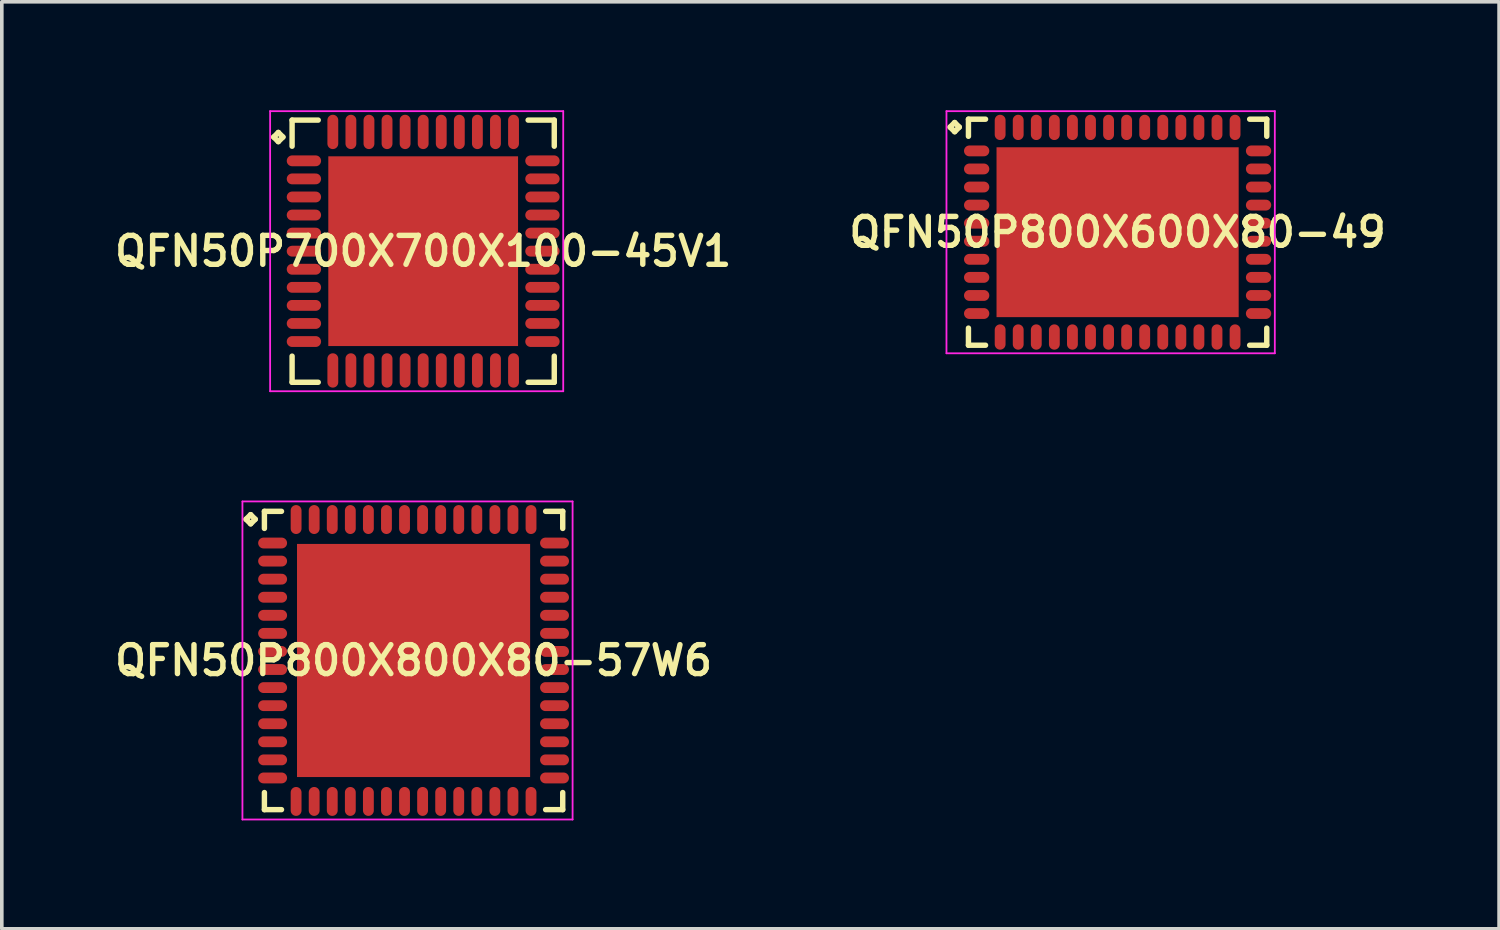
<source format=kicad_pcb>
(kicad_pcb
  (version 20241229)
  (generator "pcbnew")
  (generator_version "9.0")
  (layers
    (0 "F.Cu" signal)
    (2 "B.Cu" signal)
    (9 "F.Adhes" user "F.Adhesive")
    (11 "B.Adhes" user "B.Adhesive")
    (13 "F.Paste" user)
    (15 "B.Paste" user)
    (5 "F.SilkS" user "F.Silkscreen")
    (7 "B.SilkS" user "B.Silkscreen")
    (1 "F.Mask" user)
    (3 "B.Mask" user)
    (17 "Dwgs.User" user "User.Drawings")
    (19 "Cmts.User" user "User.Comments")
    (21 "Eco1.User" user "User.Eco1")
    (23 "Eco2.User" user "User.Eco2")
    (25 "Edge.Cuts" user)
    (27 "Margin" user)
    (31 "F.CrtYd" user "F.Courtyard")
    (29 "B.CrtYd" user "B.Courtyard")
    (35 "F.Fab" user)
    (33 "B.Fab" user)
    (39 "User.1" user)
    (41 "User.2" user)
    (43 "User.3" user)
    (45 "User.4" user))
  (footprint "QFN50P800X600X80-49"
    (layer "F.Cu")
    (at 27.873 3.375)
    (property "Reference" "QFN50P800X600X80-49" (at 0 0 0) (layer "F.SilkS") (effects (font (size 0.8 0.8) (thickness 0.15))))
    (attr smd)
    (fp_line (start -4.635 -2.908) (end -4.508 -3.035) (stroke (width 0.15) (type solid)) (layer "F.SilkS"))
    (fp_line (start -4.508 -3.035) (end -4.381 -2.908) (stroke (width 0.15) (type solid)) (layer "F.SilkS"))
    (fp_line (start -4.508 -2.781) (end -4.635 -2.908) (stroke (width 0.15) (type solid)) (layer "F.SilkS"))
    (fp_line (start -4.381 -2.908) (end -4.508 -2.781) (stroke (width 0.15) (type solid)) (layer "F.SilkS"))
    (fp_line (start -4.127 -3.127) (end -3.654 -3.127) (stroke (width 0.15) (type solid)) (layer "F.SilkS"))
    (fp_line (start -4.127 -2.654) (end -4.127 -3.127) (stroke (width 0.15) (type solid)) (layer "F.SilkS"))
    (fp_line (start -4.127 2.654) (end -4.127 3.127) (stroke (width 0.15) (type solid)) (layer "F.SilkS"))
    (fp_line (start -4.127 3.127) (end -3.654 3.127) (stroke (width 0.15) (type solid)) (layer "F.SilkS"))
    (fp_line (start 3.654 -3.127) (end 4.127 -3.127) (stroke (width 0.15) (type solid)) (layer "F.SilkS"))
    (fp_line (start 3.654 3.127) (end 4.127 3.127) (stroke (width 0.15) (type solid)) (layer "F.SilkS"))
    (fp_line (start 4.127 -3.127) (end 4.127 -2.654) (stroke (width 0.15) (type solid)) (layer "F.SilkS"))
    (fp_line (start 4.127 3.127) (end 4.127 2.654) (stroke (width 0.15) (type solid)) (layer "F.SilkS"))
    (fp_line (start -4.735 -3.35) (end 4.35 -3.35) (stroke (width 0.05) (type solid)) (layer "F.CrtYd"))
    (fp_line (start -4.735 3.35) (end -4.735 -3.35) (stroke (width 0.05) (type solid)) (layer "F.CrtYd"))
    (fp_line (start 4.35 -3.35) (end 4.35 3.35) (stroke (width 0.05) (type solid)) (layer "F.CrtYd"))
    (fp_line (start 4.35 3.35) (end -4.735 3.35) (stroke (width 0.05) (type solid)) (layer "F.CrtYd"))
    (pad "1" smd oval (at -3.9 -2.25) (size 0.7 0.3) (layers "F.Cu" "F.Mask" "F.Paste"))
    (pad "2" smd oval (at -3.9 -1.75) (size 0.7 0.3) (layers "F.Cu" "F.Mask" "F.Paste"))
    (pad "3" smd oval (at -3.9 -1.25) (size 0.7 0.3) (layers "F.Cu" "F.Mask" "F.Paste"))
    (pad "4" smd oval (at -3.9 -0.75) (size 0.7 0.3) (layers "F.Cu" "F.Mask" "F.Paste"))
    (pad "5" smd oval (at -3.9 -0.25) (size 0.7 0.3) (layers "F.Cu" "F.Mask" "F.Paste"))
    (pad "6" smd oval (at -3.9 0.25) (size 0.7 0.3) (layers "F.Cu" "F.Mask" "F.Paste"))
    (pad "7" smd oval (at -3.9 0.75) (size 0.7 0.3) (layers "F.Cu" "F.Mask" "F.Paste"))
    (pad "8" smd oval (at -3.9 1.25) (size 0.7 0.3) (layers "F.Cu" "F.Mask" "F.Paste"))
    (pad "9" smd oval (at -3.9 1.75) (size 0.7 0.3) (layers "F.Cu" "F.Mask" "F.Paste"))
    (pad "10" smd oval (at -3.9 2.25) (size 0.7 0.3) (layers "F.Cu" "F.Mask" "F.Paste"))
    (pad "11" smd oval (at -3.25 2.9) (size 0.3 0.7) (layers "F.Cu" "F.Mask" "F.Paste"))
    (pad "12" smd oval (at -2.75 2.9) (size 0.3 0.7) (layers "F.Cu" "F.Mask" "F.Paste"))
    (pad "13" smd oval (at -2.25 2.9) (size 0.3 0.7) (layers "F.Cu" "F.Mask" "F.Paste"))
    (pad "14" smd oval (at -1.75 2.9) (size 0.3 0.7) (layers "F.Cu" "F.Mask" "F.Paste"))
    (pad "15" smd oval (at -1.25 2.9) (size 0.3 0.7) (layers "F.Cu" "F.Mask" "F.Paste"))
    (pad "16" smd oval (at -0.75 2.9) (size 0.3 0.7) (layers "F.Cu" "F.Mask" "F.Paste"))
    (pad "17" smd oval (at -0.25 2.9) (size 0.3 0.7) (layers "F.Cu" "F.Mask" "F.Paste"))
    (pad "18" smd oval (at 0.25 2.9) (size 0.3 0.7) (layers "F.Cu" "F.Mask" "F.Paste"))
    (pad "19" smd oval (at 0.75 2.9) (size 0.3 0.7) (layers "F.Cu" "F.Mask" "F.Paste"))
    (pad "20" smd oval (at 1.25 2.9) (size 0.3 0.7) (layers "F.Cu" "F.Mask" "F.Paste"))
    (pad "21" smd oval (at 1.75 2.9) (size 0.3 0.7) (layers "F.Cu" "F.Mask" "F.Paste"))
    (pad "22" smd oval (at 2.25 2.9) (size 0.3 0.7) (layers "F.Cu" "F.Mask" "F.Paste"))
    (pad "23" smd oval (at 2.75 2.9) (size 0.3 0.7) (layers "F.Cu" "F.Mask" "F.Paste"))
    (pad "24" smd oval (at 3.25 2.9) (size 0.3 0.7) (layers "F.Cu" "F.Mask" "F.Paste"))
    (pad "25" smd oval (at 3.9 2.25) (size 0.7 0.3) (layers "F.Cu" "F.Mask" "F.Paste"))
    (pad "26" smd oval (at 3.9 1.75) (size 0.7 0.3) (layers "F.Cu" "F.Mask" "F.Paste"))
    (pad "27" smd oval (at 3.9 1.25) (size 0.7 0.3) (layers "F.Cu" "F.Mask" "F.Paste"))
    (pad "28" smd oval (at 3.9 0.75) (size 0.7 0.3) (layers "F.Cu" "F.Mask" "F.Paste"))
    (pad "29" smd oval (at 3.9 0.25) (size 0.7 0.3) (layers "F.Cu" "F.Mask" "F.Paste"))
    (pad "30" smd oval (at 3.9 -0.25) (size 0.7 0.3) (layers "F.Cu" "F.Mask" "F.Paste"))
    (pad "31" smd oval (at 3.9 -0.75) (size 0.7 0.3) (layers "F.Cu" "F.Mask" "F.Paste"))
    (pad "32" smd oval (at 3.9 -1.25) (size 0.7 0.3) (layers "F.Cu" "F.Mask" "F.Paste"))
    (pad "33" smd oval (at 3.9 -1.75) (size 0.7 0.3) (layers "F.Cu" "F.Mask" "F.Paste"))
    (pad "34" smd oval (at 3.9 -2.25) (size 0.7 0.3) (layers "F.Cu" "F.Mask" "F.Paste"))
    (pad "35" smd oval (at 3.25 -2.9) (size 0.3 0.7) (layers "F.Cu" "F.Mask" "F.Paste"))
    (pad "36" smd oval (at 2.75 -2.9) (size 0.3 0.7) (layers "F.Cu" "F.Mask" "F.Paste"))
    (pad "37" smd oval (at 2.25 -2.9) (size 0.3 0.7) (layers "F.Cu" "F.Mask" "F.Paste"))
    (pad "38" smd oval (at 1.75 -2.9) (size 0.3 0.7) (layers "F.Cu" "F.Mask" "F.Paste"))
    (pad "39" smd oval (at 1.25 -2.9) (size 0.3 0.7) (layers "F.Cu" "F.Mask" "F.Paste"))
    (pad "40" smd oval (at 0.75 -2.9) (size 0.3 0.7) (layers "F.Cu" "F.Mask" "F.Paste"))
    (pad "41" smd oval (at 0.25 -2.9) (size 0.3 0.7) (layers "F.Cu" "F.Mask" "F.Paste"))
    (pad "42" smd oval (at -0.25 -2.9) (size 0.3 0.7) (layers "F.Cu" "F.Mask" "F.Paste"))
    (pad "43" smd oval (at -0.75 -2.9) (size 0.3 0.7) (layers "F.Cu" "F.Mask" "F.Paste"))
    (pad "44" smd oval (at -1.25 -2.9) (size 0.3 0.7) (layers "F.Cu" "F.Mask" "F.Paste"))
    (pad "45" smd oval (at -1.75 -2.9) (size 0.3 0.7) (layers "F.Cu" "F.Mask" "F.Paste"))
    (pad "46" smd oval (at -2.25 -2.9) (size 0.3 0.7) (layers "F.Cu" "F.Mask" "F.Paste"))
    (pad "47" smd oval (at -2.75 -2.9) (size 0.3 0.7) (layers "F.Cu" "F.Mask" "F.Paste"))
    (pad "48" smd oval (at -3.25 -2.9) (size 0.3 0.7) (layers "F.Cu" "F.Mask" "F.Paste"))
    (pad "49" smd rect (at 0 0) (size 6.7 4.7) (layers "F.Cu" "F.Mask" "F.Paste")))
  (footprint "QFN50P700X700X100-45V1"
    (layer "F.Cu")
    (at 8.659 3.9)
    (property "Reference" "QFN50P700X700X100-45V1" (at 0 0 0) (layer "F.SilkS") (effects (font (size 0.8 0.8) (thickness 0.15))))
    (attr smd)
    (fp_line (start -4.135 -3.158) (end -4.008 -3.285) (stroke (width 0.15) (type solid)) (layer "F.SilkS"))
    (fp_line (start -4.008 -3.285) (end -3.881 -3.158) (stroke (width 0.15) (type solid)) (layer "F.SilkS"))
    (fp_line (start -4.008 -3.031) (end -4.135 -3.158) (stroke (width 0.15) (type solid)) (layer "F.SilkS"))
    (fp_line (start -3.881 -3.158) (end -4.008 -3.031) (stroke (width 0.15) (type solid)) (layer "F.SilkS"))
    (fp_line (start -3.627 -3.627) (end -2.904 -3.627) (stroke (width 0.15) (type solid)) (layer "F.SilkS"))
    (fp_line (start -3.627 -2.904) (end -3.627 -3.627) (stroke (width 0.15) (type solid)) (layer "F.SilkS"))
    (fp_line (start -3.627 2.904) (end -3.627 3.627) (stroke (width 0.15) (type solid)) (layer "F.SilkS"))
    (fp_line (start -3.627 3.627) (end -2.904 3.627) (stroke (width 0.15) (type solid)) (layer "F.SilkS"))
    (fp_line (start 2.904 -3.627) (end 3.627 -3.627) (stroke (width 0.15) (type solid)) (layer "F.SilkS"))
    (fp_line (start 2.904 3.627) (end 3.627 3.627) (stroke (width 0.15) (type solid)) (layer "F.SilkS"))
    (fp_line (start 3.627 -3.627) (end 3.627 -2.904) (stroke (width 0.15) (type solid)) (layer "F.SilkS"))
    (fp_line (start 3.627 3.627) (end 3.627 2.904) (stroke (width 0.15) (type solid)) (layer "F.SilkS"))
    (fp_line (start -4.235 -3.875) (end 3.875 -3.875) (stroke (width 0.05) (type solid)) (layer "F.CrtYd"))
    (fp_line (start -4.235 3.875) (end -4.235 -3.875) (stroke (width 0.05) (type solid)) (layer "F.CrtYd"))
    (fp_line (start 3.875 -3.875) (end 3.875 3.875) (stroke (width 0.05) (type solid)) (layer "F.CrtYd"))
    (fp_line (start 3.875 3.875) (end -4.235 3.875) (stroke (width 0.05) (type solid)) (layer "F.CrtYd"))
    (pad "1" smd oval (at -3.3 -2.5) (size 0.95 0.3) (layers "F.Cu" "F.Mask" "F.Paste"))
    (pad "2" smd oval (at -3.3 -2) (size 0.95 0.3) (layers "F.Cu" "F.Mask" "F.Paste"))
    (pad "3" smd oval (at -3.3 -1.5) (size 0.95 0.3) (layers "F.Cu" "F.Mask" "F.Paste"))
    (pad "4" smd oval (at -3.3 -1) (size 0.95 0.3) (layers "F.Cu" "F.Mask" "F.Paste"))
    (pad "5" smd oval (at -3.3 -0.5) (size 0.95 0.3) (layers "F.Cu" "F.Mask" "F.Paste"))
    (pad "6" smd oval (at -3.3 0) (size 0.95 0.3) (layers "F.Cu" "F.Mask" "F.Paste"))
    (pad "7" smd oval (at -3.3 0.5) (size 0.95 0.3) (layers "F.Cu" "F.Mask" "F.Paste"))
    (pad "8" smd oval (at -3.3 1) (size 0.95 0.3) (layers "F.Cu" "F.Mask" "F.Paste"))
    (pad "9" smd oval (at -3.3 1.5) (size 0.95 0.3) (layers "F.Cu" "F.Mask" "F.Paste"))
    (pad "10" smd oval (at -3.3 2) (size 0.95 0.3) (layers "F.Cu" "F.Mask" "F.Paste"))
    (pad "11" smd oval (at -3.3 2.5) (size 0.95 0.3) (layers "F.Cu" "F.Mask" "F.Paste"))
    (pad "12" smd oval (at -2.5 3.3) (size 0.3 0.95) (layers "F.Cu" "F.Mask" "F.Paste"))
    (pad "13" smd oval (at -2 3.3) (size 0.3 0.95) (layers "F.Cu" "F.Mask" "F.Paste"))
    (pad "14" smd oval (at -1.5 3.3) (size 0.3 0.95) (layers "F.Cu" "F.Mask" "F.Paste"))
    (pad "15" smd oval (at -1 3.3) (size 0.3 0.95) (layers "F.Cu" "F.Mask" "F.Paste"))
    (pad "16" smd oval (at -0.5 3.3) (size 0.3 0.95) (layers "F.Cu" "F.Mask" "F.Paste"))
    (pad "17" smd oval (at 0 3.3) (size 0.3 0.95) (layers "F.Cu" "F.Mask" "F.Paste"))
    (pad "18" smd oval (at 0.5 3.3) (size 0.3 0.95) (layers "F.Cu" "F.Mask" "F.Paste"))
    (pad "19" smd oval (at 1 3.3) (size 0.3 0.95) (layers "F.Cu" "F.Mask" "F.Paste"))
    (pad "20" smd oval (at 1.5 3.3) (size 0.3 0.95) (layers "F.Cu" "F.Mask" "F.Paste"))
    (pad "21" smd oval (at 2 3.3) (size 0.3 0.95) (layers "F.Cu" "F.Mask" "F.Paste"))
    (pad "22" smd oval (at 2.5 3.3) (size 0.3 0.95) (layers "F.Cu" "F.Mask" "F.Paste"))
    (pad "23" smd oval (at 3.3 2.5) (size 0.95 0.3) (layers "F.Cu" "F.Mask" "F.Paste"))
    (pad "24" smd oval (at 3.3 2) (size 0.95 0.3) (layers "F.Cu" "F.Mask" "F.Paste"))
    (pad "25" smd oval (at 3.3 1.5) (size 0.95 0.3) (layers "F.Cu" "F.Mask" "F.Paste"))
    (pad "26" smd oval (at 3.3 1) (size 0.95 0.3) (layers "F.Cu" "F.Mask" "F.Paste"))
    (pad "27" smd oval (at 3.3 0.5) (size 0.95 0.3) (layers "F.Cu" "F.Mask" "F.Paste"))
    (pad "28" smd oval (at 3.3 0) (size 0.95 0.3) (layers "F.Cu" "F.Mask" "F.Paste"))
    (pad "29" smd oval (at 3.3 -0.5) (size 0.95 0.3) (layers "F.Cu" "F.Mask" "F.Paste"))
    (pad "30" smd oval (at 3.3 -1) (size 0.95 0.3) (layers "F.Cu" "F.Mask" "F.Paste"))
    (pad "31" smd oval (at 3.3 -1.5) (size 0.95 0.3) (layers "F.Cu" "F.Mask" "F.Paste"))
    (pad "32" smd oval (at 3.3 -2) (size 0.95 0.3) (layers "F.Cu" "F.Mask" "F.Paste"))
    (pad "33" smd oval (at 3.3 -2.5) (size 0.95 0.3) (layers "F.Cu" "F.Mask" "F.Paste"))
    (pad "34" smd oval (at 2.5 -3.3) (size 0.3 0.95) (layers "F.Cu" "F.Mask" "F.Paste"))
    (pad "35" smd oval (at 2 -3.3) (size 0.3 0.95) (layers "F.Cu" "F.Mask" "F.Paste"))
    (pad "36" smd oval (at 1.5 -3.3) (size 0.3 0.95) (layers "F.Cu" "F.Mask" "F.Paste"))
    (pad "37" smd oval (at 1 -3.3) (size 0.3 0.95) (layers "F.Cu" "F.Mask" "F.Paste"))
    (pad "38" smd oval (at 0.5 -3.3) (size 0.3 0.95) (layers "F.Cu" "F.Mask" "F.Paste"))
    (pad "39" smd oval (at 0 -3.3) (size 0.3 0.95) (layers "F.Cu" "F.Mask" "F.Paste"))
    (pad "40" smd oval (at -0.5 -3.3) (size 0.3 0.95) (layers "F.Cu" "F.Mask" "F.Paste"))
    (pad "41" smd oval (at -1 -3.3) (size 0.3 0.95) (layers "F.Cu" "F.Mask" "F.Paste"))
    (pad "42" smd oval (at -1.5 -3.3) (size 0.3 0.95) (layers "F.Cu" "F.Mask" "F.Paste"))
    (pad "43" smd oval (at -2 -3.3) (size 0.3 0.95) (layers "F.Cu" "F.Mask" "F.Paste"))
    (pad "44" smd oval (at -2.5 -3.3) (size 0.3 0.95) (layers "F.Cu" "F.Mask" "F.Paste"))
    (pad "45" smd rect (at 0 0) (size 5.25 5.25) (layers "F.Cu" "F.Mask" "F.Paste")))
  (footprint "QFN50P800X800X80-57W6"
    (layer "F.Cu")
    (at 8.393 15.225)
    (property "Reference" "QFN50P800X800X80-57W6" (at 0 0 0) (layer "F.SilkS") (effects (font (size 0.8 0.8) (thickness 0.15))))
    (attr smd)
    (fp_line (start -4.635 -3.908) (end -4.508 -4.035) (stroke (width 0.15) (type solid)) (layer "F.SilkS"))
    (fp_line (start -4.508 -4.035) (end -4.381 -3.908) (stroke (width 0.15) (type solid)) (layer "F.SilkS"))
    (fp_line (start -4.508 -3.781) (end -4.635 -3.908) (stroke (width 0.15) (type solid)) (layer "F.SilkS"))
    (fp_line (start -4.381 -3.908) (end -4.508 -3.781) (stroke (width 0.15) (type solid)) (layer "F.SilkS"))
    (fp_line (start -4.127 -4.127) (end -3.654 -4.127) (stroke (width 0.15) (type solid)) (layer "F.SilkS"))
    (fp_line (start -4.127 -3.654) (end -4.127 -4.127) (stroke (width 0.15) (type solid)) (layer "F.SilkS"))
    (fp_line (start -4.127 3.654) (end -4.127 4.127) (stroke (width 0.15) (type solid)) (layer "F.SilkS"))
    (fp_line (start -4.127 4.127) (end -3.654 4.127) (stroke (width 0.15) (type solid)) (layer "F.SilkS"))
    (fp_line (start 3.654 -4.127) (end 4.127 -4.127) (stroke (width 0.15) (type solid)) (layer "F.SilkS"))
    (fp_line (start 3.654 4.127) (end 4.127 4.127) (stroke (width 0.15) (type solid)) (layer "F.SilkS"))
    (fp_line (start 4.127 -4.127) (end 4.127 -3.654) (stroke (width 0.15) (type solid)) (layer "F.SilkS"))
    (fp_line (start 4.127 4.127) (end 4.127 3.654) (stroke (width 0.15) (type solid)) (layer "F.SilkS"))
    (fp_line (start -4.735 -4.4) (end 4.4 -4.4) (stroke (width 0.05) (type solid)) (layer "F.CrtYd"))
    (fp_line (start -4.735 4.4) (end -4.735 -4.4) (stroke (width 0.05) (type solid)) (layer "F.CrtYd"))
    (fp_line (start 4.4 -4.4) (end 4.4 4.4) (stroke (width 0.05) (type solid)) (layer "F.CrtYd"))
    (fp_line (start 4.4 4.4) (end -4.735 4.4) (stroke (width 0.05) (type solid)) (layer "F.CrtYd"))
    (pad "1" smd oval (at -3.9 -3.25) (size 0.8 0.3) (layers "F.Cu" "F.Mask" "F.Paste"))
    (pad "2" smd oval (at -3.9 -2.75) (size 0.8 0.3) (layers "F.Cu" "F.Mask" "F.Paste"))
    (pad "3" smd oval (at -3.9 -2.25) (size 0.8 0.3) (layers "F.Cu" "F.Mask" "F.Paste"))
    (pad "4" smd oval (at -3.9 -1.75) (size 0.8 0.3) (layers "F.Cu" "F.Mask" "F.Paste"))
    (pad "5" smd oval (at -3.9 -1.25) (size 0.8 0.3) (layers "F.Cu" "F.Mask" "F.Paste"))
    (pad "6" smd oval (at -3.9 -0.75) (size 0.8 0.3) (layers "F.Cu" "F.Mask" "F.Paste"))
    (pad "7" smd oval (at -3.9 -0.25) (size 0.8 0.3) (layers "F.Cu" "F.Mask" "F.Paste"))
    (pad "8" smd oval (at -3.9 0.25) (size 0.8 0.3) (layers "F.Cu" "F.Mask" "F.Paste"))
    (pad "9" smd oval (at -3.9 0.75) (size 0.8 0.3) (layers "F.Cu" "F.Mask" "F.Paste"))
    (pad "10" smd oval (at -3.9 1.25) (size 0.8 0.3) (layers "F.Cu" "F.Mask" "F.Paste"))
    (pad "11" smd oval (at -3.9 1.75) (size 0.8 0.3) (layers "F.Cu" "F.Mask" "F.Paste"))
    (pad "12" smd oval (at -3.9 2.25) (size 0.8 0.3) (layers "F.Cu" "F.Mask" "F.Paste"))
    (pad "13" smd oval (at -3.9 2.75) (size 0.8 0.3) (layers "F.Cu" "F.Mask" "F.Paste"))
    (pad "14" smd oval (at -3.9 3.25) (size 0.8 0.3) (layers "F.Cu" "F.Mask" "F.Paste"))
    (pad "15" smd oval (at -3.25 3.9) (size 0.3 0.8) (layers "F.Cu" "F.Mask" "F.Paste"))
    (pad "16" smd oval (at -2.75 3.9) (size 0.3 0.8) (layers "F.Cu" "F.Mask" "F.Paste"))
    (pad "17" smd oval (at -2.25 3.9) (size 0.3 0.8) (layers "F.Cu" "F.Mask" "F.Paste"))
    (pad "18" smd oval (at -1.75 3.9) (size 0.3 0.8) (layers "F.Cu" "F.Mask" "F.Paste"))
    (pad "19" smd oval (at -1.25 3.9) (size 0.3 0.8) (layers "F.Cu" "F.Mask" "F.Paste"))
    (pad "20" smd oval (at -0.75 3.9) (size 0.3 0.8) (layers "F.Cu" "F.Mask" "F.Paste"))
    (pad "21" smd oval (at -0.25 3.9) (size 0.3 0.8) (layers "F.Cu" "F.Mask" "F.Paste"))
    (pad "22" smd oval (at 0.25 3.9) (size 0.3 0.8) (layers "F.Cu" "F.Mask" "F.Paste"))
    (pad "23" smd oval (at 0.75 3.9) (size 0.3 0.8) (layers "F.Cu" "F.Mask" "F.Paste"))
    (pad "24" smd oval (at 1.25 3.9) (size 0.3 0.8) (layers "F.Cu" "F.Mask" "F.Paste"))
    (pad "25" smd oval (at 1.75 3.9) (size 0.3 0.8) (layers "F.Cu" "F.Mask" "F.Paste"))
    (pad "26" smd oval (at 2.25 3.9) (size 0.3 0.8) (layers "F.Cu" "F.Mask" "F.Paste"))
    (pad "27" smd oval (at 2.75 3.9) (size 0.3 0.8) (layers "F.Cu" "F.Mask" "F.Paste"))
    (pad "28" smd oval (at 3.25 3.9) (size 0.3 0.8) (layers "F.Cu" "F.Mask" "F.Paste"))
    (pad "29" smd oval (at 3.9 3.25) (size 0.8 0.3) (layers "F.Cu" "F.Mask" "F.Paste"))
    (pad "30" smd oval (at 3.9 2.75) (size 0.8 0.3) (layers "F.Cu" "F.Mask" "F.Paste"))
    (pad "31" smd oval (at 3.9 2.25) (size 0.8 0.3) (layers "F.Cu" "F.Mask" "F.Paste"))
    (pad "32" smd oval (at 3.9 1.75) (size 0.8 0.3) (layers "F.Cu" "F.Mask" "F.Paste"))
    (pad "33" smd oval (at 3.9 1.25) (size 0.8 0.3) (layers "F.Cu" "F.Mask" "F.Paste"))
    (pad "34" smd oval (at 3.9 0.75) (size 0.8 0.3) (layers "F.Cu" "F.Mask" "F.Paste"))
    (pad "35" smd oval (at 3.9 0.25) (size 0.8 0.3) (layers "F.Cu" "F.Mask" "F.Paste"))
    (pad "36" smd oval (at 3.9 -0.25) (size 0.8 0.3) (layers "F.Cu" "F.Mask" "F.Paste"))
    (pad "37" smd oval (at 3.9 -0.75) (size 0.8 0.3) (layers "F.Cu" "F.Mask" "F.Paste"))
    (pad "38" smd oval (at 3.9 -1.25) (size 0.8 0.3) (layers "F.Cu" "F.Mask" "F.Paste"))
    (pad "39" smd oval (at 3.9 -1.75) (size 0.8 0.3) (layers "F.Cu" "F.Mask" "F.Paste"))
    (pad "40" smd oval (at 3.9 -2.25) (size 0.8 0.3) (layers "F.Cu" "F.Mask" "F.Paste"))
    (pad "41" smd oval (at 3.9 -2.75) (size 0.8 0.3) (layers "F.Cu" "F.Mask" "F.Paste"))
    (pad "42" smd oval (at 3.9 -3.25) (size 0.8 0.3) (layers "F.Cu" "F.Mask" "F.Paste"))
    (pad "43" smd oval (at 3.25 -3.9) (size 0.3 0.8) (layers "F.Cu" "F.Mask" "F.Paste"))
    (pad "44" smd oval (at 2.75 -3.9) (size 0.3 0.8) (layers "F.Cu" "F.Mask" "F.Paste"))
    (pad "45" smd oval (at 2.25 -3.9) (size 0.3 0.8) (layers "F.Cu" "F.Mask" "F.Paste"))
    (pad "46" smd oval (at 1.75 -3.9) (size 0.3 0.8) (layers "F.Cu" "F.Mask" "F.Paste"))
    (pad "47" smd oval (at 1.25 -3.9) (size 0.3 0.8) (layers "F.Cu" "F.Mask" "F.Paste"))
    (pad "48" smd oval (at 0.75 -3.9) (size 0.3 0.8) (layers "F.Cu" "F.Mask" "F.Paste"))
    (pad "49" smd oval (at 0.25 -3.9) (size 0.3 0.8) (layers "F.Cu" "F.Mask" "F.Paste"))
    (pad "50" smd oval (at -0.25 -3.9) (size 0.3 0.8) (layers "F.Cu" "F.Mask" "F.Paste"))
    (pad "51" smd oval (at -0.75 -3.9) (size 0.3 0.8) (layers "F.Cu" "F.Mask" "F.Paste"))
    (pad "52" smd oval (at -1.25 -3.9) (size 0.3 0.8) (layers "F.Cu" "F.Mask" "F.Paste"))
    (pad "53" smd oval (at -1.75 -3.9) (size 0.3 0.8) (layers "F.Cu" "F.Mask" "F.Paste"))
    (pad "54" smd oval (at -2.25 -3.9) (size 0.3 0.8) (layers "F.Cu" "F.Mask" "F.Paste"))
    (pad "55" smd oval (at -2.75 -3.9) (size 0.3 0.8) (layers "F.Cu" "F.Mask" "F.Paste"))
    (pad "56" smd oval (at -3.25 -3.9) (size 0.3 0.8) (layers "F.Cu" "F.Mask" "F.Paste"))
    (pad "57" smd rect (at 0 0) (size 6.45 6.45) (layers "F.Cu" "F.Mask" "F.Paste")))
  (gr_rect
    (start -3 -3)
    (end 38.428 22.65)
    (stroke (width 0.1) (type default))
    (fill no)
    (layer "Edge.Cuts")))
</source>
